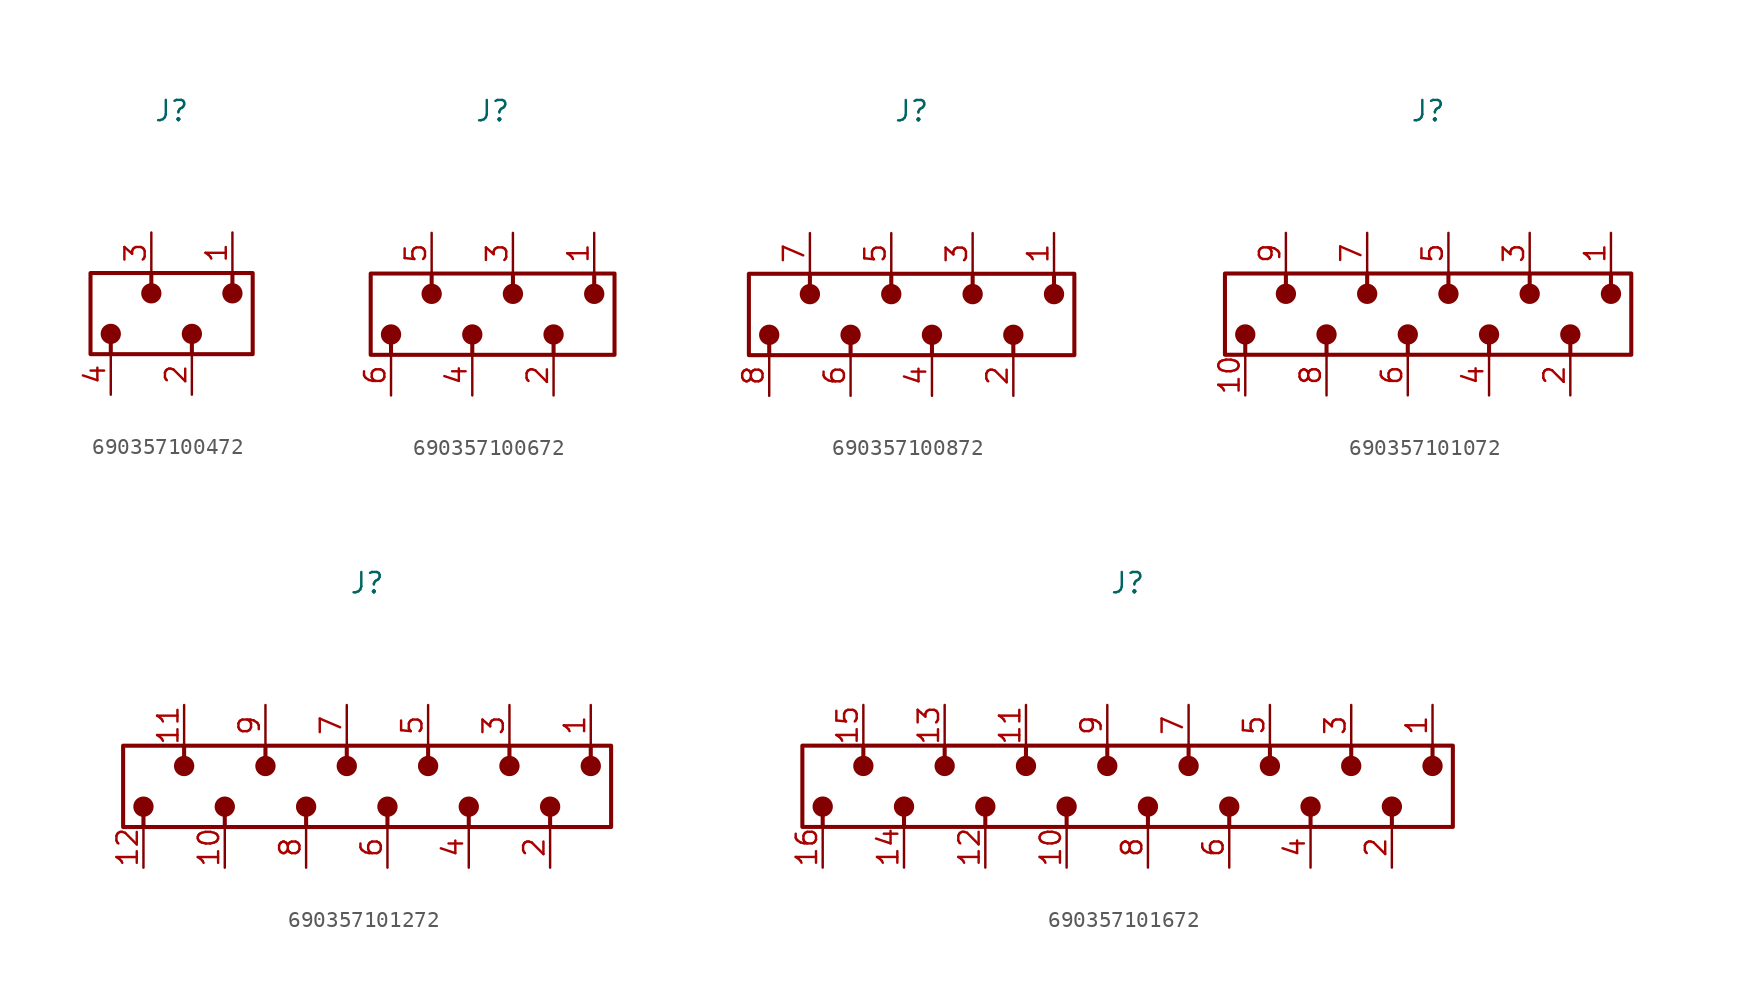
<source format=kicad_sym>
(kicad_symbol_lib
  (version 20241209)
  (generator "kicad_symbol_editor")
  (generator_version "9.0")
  (symbol "690357100472"
    (pin_names
      (hide yes))
    (property "Reference" "J"
      (at 0 12.7 0)
      (effects (font (size 1.27 1.27))))
    (symbol "690357100472_1_1"
      (rectangle (start -5.08 2.54) (end 5.08 -2.54) (stroke (width 0.254) (type solid)) (fill (type none)))
      (circle (center -3.81 -1.27) (radius 0.508) (stroke (width 0.254) (type solid)) (fill (type outline)))
      (polyline (pts (xy -3.81 -1.778) (xy -3.81 -2.54)) (stroke (width 0.254) (type solid)) (fill (type none)))
      (polyline (pts (xy -1.27 1.778) (xy -1.27 2.54)) (stroke (width 0.254) (type solid)) (fill (type none)))
      (circle (center -1.27 1.27) (radius 0.508) (stroke (width 0.254) (type solid)) (fill (type outline)))
      (circle (center 1.27 -1.27) (radius 0.508) (stroke (width 0.254) (type solid)) (fill (type outline)))
      (polyline (pts (xy 1.27 -1.778) (xy 1.27 -2.54)) (stroke (width 0.254) (type solid)) (fill (type none)))
      (polyline (pts (xy 3.81 1.778) (xy 3.81 2.54)) (stroke (width 0.254) (type solid)) (fill (type none)))
      (circle (center 3.81 1.27) (radius 0.508) (stroke (width 0.254) (type solid)) (fill (type outline)))
      (pin passive line (at -3.81 -5.08 90) (length 2.54) (name "4" (effects (font (size 1.27 1.27)))) (number "4" (effects (font (size 1.27 1.27)))))
      (pin passive line (at -1.27 5.08 270) (length 2.54) (name "3" (effects (font (size 1.27 1.27)))) (number "3" (effects (font (size 1.27 1.27)))))
      (pin passive line (at 1.27 -5.08 90) (length 2.54) (name "2" (effects (font (size 1.27 1.27)))) (number "2" (effects (font (size 1.27 1.27)))))
      (pin passive line (at 3.81 5.08 270) (length 2.54) (name "1" (effects (font (size 1.27 1.27)))) (number "1" (effects (font (size 1.27 1.27)))))))
  (symbol "690357100672"
    (pin_names
      (hide yes))
    (property "Reference" "J"
      (at 0 12.7 0)
      (effects (font (size 1.27 1.27))))
    (symbol "690357100672_1_1"
      (rectangle (start -7.62 2.54) (end 7.62 -2.54) (stroke (width 0.254) (type solid)) (fill (type none)))
      (circle (center -6.35 -1.27) (radius 0.508) (stroke (width 0.254) (type solid)) (fill (type outline)))
      (polyline (pts (xy -6.35 -1.778) (xy -6.35 -2.54)) (stroke (width 0.254) (type solid)) (fill (type none)))
      (polyline (pts (xy -3.81 1.778) (xy -3.81 2.54)) (stroke (width 0.254) (type solid)) (fill (type none)))
      (circle (center -3.81 1.27) (radius 0.508) (stroke (width 0.254) (type solid)) (fill (type outline)))
      (circle (center -1.27 -1.27) (radius 0.508) (stroke (width 0.254) (type solid)) (fill (type outline)))
      (polyline (pts (xy -1.27 -1.778) (xy -1.27 -2.54)) (stroke (width 0.254) (type solid)) (fill (type none)))
      (polyline (pts (xy 1.27 1.778) (xy 1.27 2.54)) (stroke (width 0.254) (type solid)) (fill (type none)))
      (circle (center 1.27 1.27) (radius 0.508) (stroke (width 0.254) (type solid)) (fill (type outline)))
      (circle (center 3.81 -1.27) (radius 0.508) (stroke (width 0.254) (type solid)) (fill (type outline)))
      (polyline (pts (xy 3.81 -1.778) (xy 3.81 -2.54)) (stroke (width 0.254) (type solid)) (fill (type none)))
      (polyline (pts (xy 6.35 1.778) (xy 6.35 2.54)) (stroke (width 0.254) (type solid)) (fill (type none)))
      (circle (center 6.35 1.27) (radius 0.508) (stroke (width 0.254) (type solid)) (fill (type outline)))
      (pin passive line (at -6.35 -5.08 90) (length 2.54) (name "6" (effects (font (size 1.27 1.27)))) (number "6" (effects (font (size 1.27 1.27)))))
      (pin passive line (at -3.81 5.08 270) (length 2.54) (name "5" (effects (font (size 1.27 1.27)))) (number "5" (effects (font (size 1.27 1.27)))))
      (pin passive line (at -1.27 -5.08 90) (length 2.54) (name "4" (effects (font (size 1.27 1.27)))) (number "4" (effects (font (size 1.27 1.27)))))
      (pin passive line (at 1.27 5.08 270) (length 2.54) (name "3" (effects (font (size 1.27 1.27)))) (number "3" (effects (font (size 1.27 1.27)))))
      (pin passive line (at 3.81 -5.08 90) (length 2.54) (name "2" (effects (font (size 1.27 1.27)))) (number "2" (effects (font (size 1.27 1.27)))))
      (pin passive line (at 6.35 5.08 270) (length 2.54) (name "1" (effects (font (size 1.27 1.27)))) (number "1" (effects (font (size 1.27 1.27)))))))
  (symbol "690357100872"
    (pin_names
      (hide yes))
    (property "Reference" "J"
      (at 0 12.7 0)
      (effects (font (size 1.27 1.27))))
    (symbol "690357100872_1_1"
      (rectangle (start -10.16 2.54) (end 10.16 -2.54) (stroke (width 0.254) (type solid)) (fill (type none)))
      (circle (center -8.89 -1.27) (radius 0.508) (stroke (width 0.254) (type solid)) (fill (type outline)))
      (polyline (pts (xy -8.89 -1.778) (xy -8.89 -2.54)) (stroke (width 0.254) (type solid)) (fill (type none)))
      (polyline (pts (xy -6.35 1.778) (xy -6.35 2.54)) (stroke (width 0.254) (type solid)) (fill (type none)))
      (circle (center -6.35 1.27) (radius 0.508) (stroke (width 0.254) (type solid)) (fill (type outline)))
      (circle (center -3.81 -1.27) (radius 0.508) (stroke (width 0.254) (type solid)) (fill (type outline)))
      (polyline (pts (xy -3.81 -1.778) (xy -3.81 -2.54)) (stroke (width 0.254) (type solid)) (fill (type none)))
      (polyline (pts (xy -1.27 1.778) (xy -1.27 2.54)) (stroke (width 0.254) (type solid)) (fill (type none)))
      (circle (center -1.27 1.27) (radius 0.508) (stroke (width 0.254) (type solid)) (fill (type outline)))
      (circle (center 1.27 -1.27) (radius 0.508) (stroke (width 0.254) (type solid)) (fill (type outline)))
      (polyline (pts (xy 1.27 -1.778) (xy 1.27 -2.54)) (stroke (width 0.254) (type solid)) (fill (type none)))
      (polyline (pts (xy 3.81 1.778) (xy 3.81 2.54)) (stroke (width 0.254) (type solid)) (fill (type none)))
      (circle (center 3.81 1.27) (radius 0.508) (stroke (width 0.254) (type solid)) (fill (type outline)))
      (circle (center 6.35 -1.27) (radius 0.508) (stroke (width 0.254) (type solid)) (fill (type outline)))
      (polyline (pts (xy 6.35 -1.778) (xy 6.35 -2.54)) (stroke (width 0.254) (type solid)) (fill (type none)))
      (polyline (pts (xy 8.89 1.778) (xy 8.89 2.54)) (stroke (width 0.254) (type solid)) (fill (type none)))
      (circle (center 8.89 1.27) (radius 0.508) (stroke (width 0.254) (type solid)) (fill (type outline)))
      (pin passive line (at -8.89 -5.08 90) (length 2.54) (name "8" (effects (font (size 1.27 1.27)))) (number "8" (effects (font (size 1.27 1.27)))))
      (pin passive line (at -6.35 5.08 270) (length 2.54) (name "7" (effects (font (size 1.27 1.27)))) (number "7" (effects (font (size 1.27 1.27)))))
      (pin passive line (at -3.81 -5.08 90) (length 2.54) (name "6" (effects (font (size 1.27 1.27)))) (number "6" (effects (font (size 1.27 1.27)))))
      (pin passive line (at -1.27 5.08 270) (length 2.54) (name "5" (effects (font (size 1.27 1.27)))) (number "5" (effects (font (size 1.27 1.27)))))
      (pin passive line (at 1.27 -5.08 90) (length 2.54) (name "4" (effects (font (size 1.27 1.27)))) (number "4" (effects (font (size 1.27 1.27)))))
      (pin passive line (at 3.81 5.08 270) (length 2.54) (name "3" (effects (font (size 1.27 1.27)))) (number "3" (effects (font (size 1.27 1.27)))))
      (pin passive line (at 6.35 -5.08 90) (length 2.54) (name "2" (effects (font (size 1.27 1.27)))) (number "2" (effects (font (size 1.27 1.27)))))
      (pin passive line (at 8.89 5.08 270) (length 2.54) (name "1" (effects (font (size 1.27 1.27)))) (number "1" (effects (font (size 1.27 1.27)))))))
  (symbol "690357101072"
    (pin_names
      (hide yes))
    (property "Reference" "J"
      (at 0 12.7 0)
      (effects (font (size 1.27 1.27))))
    (symbol "690357101072_1_1"
      (rectangle (start -12.7 2.54) (end 12.7 -2.54) (stroke (width 0.254) (type solid)) (fill (type none)))
      (circle (center -11.43 -1.27) (radius 0.508) (stroke (width 0.254) (type solid)) (fill (type outline)))
      (polyline (pts (xy -11.43 -1.778) (xy -11.43 -2.54)) (stroke (width 0.254) (type solid)) (fill (type none)))
      (polyline (pts (xy -8.89 1.778) (xy -8.89 2.54)) (stroke (width 0.254) (type solid)) (fill (type none)))
      (circle (center -8.89 1.27) (radius 0.508) (stroke (width 0.254) (type solid)) (fill (type outline)))
      (circle (center -6.35 -1.27) (radius 0.508) (stroke (width 0.254) (type solid)) (fill (type outline)))
      (polyline (pts (xy -6.35 -1.778) (xy -6.35 -2.54)) (stroke (width 0.254) (type solid)) (fill (type none)))
      (polyline (pts (xy -3.81 1.778) (xy -3.81 2.54)) (stroke (width 0.254) (type solid)) (fill (type none)))
      (circle (center -3.81 1.27) (radius 0.508) (stroke (width 0.254) (type solid)) (fill (type outline)))
      (circle (center -1.27 -1.27) (radius 0.508) (stroke (width 0.254) (type solid)) (fill (type outline)))
      (polyline (pts (xy -1.27 -1.778) (xy -1.27 -2.54)) (stroke (width 0.254) (type solid)) (fill (type none)))
      (polyline (pts (xy 1.27 1.778) (xy 1.27 2.54)) (stroke (width 0.254) (type solid)) (fill (type none)))
      (circle (center 1.27 1.27) (radius 0.508) (stroke (width 0.254) (type solid)) (fill (type outline)))
      (circle (center 3.81 -1.27) (radius 0.508) (stroke (width 0.254) (type solid)) (fill (type outline)))
      (polyline (pts (xy 3.81 -1.778) (xy 3.81 -2.54)) (stroke (width 0.254) (type solid)) (fill (type none)))
      (polyline (pts (xy 6.35 1.778) (xy 6.35 2.54)) (stroke (width 0.254) (type solid)) (fill (type none)))
      (circle (center 6.35 1.27) (radius 0.508) (stroke (width 0.254) (type solid)) (fill (type outline)))
      (circle (center 8.89 -1.27) (radius 0.508) (stroke (width 0.254) (type solid)) (fill (type outline)))
      (polyline (pts (xy 8.89 -1.778) (xy 8.89 -2.54)) (stroke (width 0.254) (type solid)) (fill (type none)))
      (polyline (pts (xy 11.43 1.778) (xy 11.43 2.54)) (stroke (width 0.254) (type solid)) (fill (type none)))
      (circle (center 11.43 1.27) (radius 0.508) (stroke (width 0.254) (type solid)) (fill (type outline)))
      (pin passive line (at -11.43 -5.08 90) (length 2.54) (name "10" (effects (font (size 1.27 1.27)))) (number "10" (effects (font (size 1.27 1.27)))))
      (pin passive line (at -8.89 5.08 270) (length 2.54) (name "9" (effects (font (size 1.27 1.27)))) (number "9" (effects (font (size 1.27 1.27)))))
      (pin passive line (at -6.35 -5.08 90) (length 2.54) (name "8" (effects (font (size 1.27 1.27)))) (number "8" (effects (font (size 1.27 1.27)))))
      (pin passive line (at -3.81 5.08 270) (length 2.54) (name "7" (effects (font (size 1.27 1.27)))) (number "7" (effects (font (size 1.27 1.27)))))
      (pin passive line (at -1.27 -5.08 90) (length 2.54) (name "6" (effects (font (size 1.27 1.27)))) (number "6" (effects (font (size 1.27 1.27)))))
      (pin passive line (at 1.27 5.08 270) (length 2.54) (name "5" (effects (font (size 1.27 1.27)))) (number "5" (effects (font (size 1.27 1.27)))))
      (pin passive line (at 3.81 -5.08 90) (length 2.54) (name "4" (effects (font (size 1.27 1.27)))) (number "4" (effects (font (size 1.27 1.27)))))
      (pin passive line (at 6.35 5.08 270) (length 2.54) (name "3" (effects (font (size 1.27 1.27)))) (number "3" (effects (font (size 1.27 1.27)))))
      (pin passive line (at 8.89 -5.08 90) (length 2.54) (name "2" (effects (font (size 1.27 1.27)))) (number "2" (effects (font (size 1.27 1.27)))))
      (pin passive line (at 11.43 5.08 270) (length 2.54) (name "1" (effects (font (size 1.27 1.27)))) (number "1" (effects (font (size 1.27 1.27)))))))
  (symbol "690357101272"
    (pin_names
      (hide yes))
    (property "Reference" "J"
      (at 0 12.7 0)
      (effects (font (size 1.27 1.27))))
    (symbol "690357101272_1_1"
      (rectangle (start -15.24 2.54) (end 15.24 -2.54) (stroke (width 0.254) (type solid)) (fill (type none)))
      (circle (center -13.97 -1.27) (radius 0.508) (stroke (width 0.254) (type solid)) (fill (type outline)))
      (polyline (pts (xy -13.97 -1.778) (xy -13.97 -2.54)) (stroke (width 0.254) (type solid)) (fill (type none)))
      (polyline (pts (xy -11.43 1.778) (xy -11.43 2.54)) (stroke (width 0.254) (type solid)) (fill (type none)))
      (circle (center -11.43 1.27) (radius 0.508) (stroke (width 0.254) (type solid)) (fill (type outline)))
      (circle (center -8.89 -1.27) (radius 0.508) (stroke (width 0.254) (type solid)) (fill (type outline)))
      (polyline (pts (xy -8.89 -1.778) (xy -8.89 -2.54)) (stroke (width 0.254) (type solid)) (fill (type none)))
      (polyline (pts (xy -6.35 1.778) (xy -6.35 2.54)) (stroke (width 0.254) (type solid)) (fill (type none)))
      (circle (center -6.35 1.27) (radius 0.508) (stroke (width 0.254) (type solid)) (fill (type outline)))
      (circle (center -3.81 -1.27) (radius 0.508) (stroke (width 0.254) (type solid)) (fill (type outline)))
      (polyline (pts (xy -3.81 -1.778) (xy -3.81 -2.54)) (stroke (width 0.254) (type solid)) (fill (type none)))
      (polyline (pts (xy -1.27 1.778) (xy -1.27 2.54)) (stroke (width 0.254) (type solid)) (fill (type none)))
      (circle (center -1.27 1.27) (radius 0.508) (stroke (width 0.254) (type solid)) (fill (type outline)))
      (circle (center 1.27 -1.27) (radius 0.508) (stroke (width 0.254) (type solid)) (fill (type outline)))
      (polyline (pts (xy 1.27 -1.778) (xy 1.27 -2.54)) (stroke (width 0.254) (type solid)) (fill (type none)))
      (polyline (pts (xy 3.81 1.778) (xy 3.81 2.54)) (stroke (width 0.254) (type solid)) (fill (type none)))
      (circle (center 3.81 1.27) (radius 0.508) (stroke (width 0.254) (type solid)) (fill (type outline)))
      (circle (center 6.35 -1.27) (radius 0.508) (stroke (width 0.254) (type solid)) (fill (type outline)))
      (polyline (pts (xy 6.35 -1.778) (xy 6.35 -2.54)) (stroke (width 0.254) (type solid)) (fill (type none)))
      (polyline (pts (xy 8.89 1.778) (xy 8.89 2.54)) (stroke (width 0.254) (type solid)) (fill (type none)))
      (circle (center 8.89 1.27) (radius 0.508) (stroke (width 0.254) (type solid)) (fill (type outline)))
      (circle (center 11.43 -1.27) (radius 0.508) (stroke (width 0.254) (type solid)) (fill (type outline)))
      (polyline (pts (xy 11.43 -1.778) (xy 11.43 -2.54)) (stroke (width 0.254) (type solid)) (fill (type none)))
      (polyline (pts (xy 13.97 1.778) (xy 13.97 2.54)) (stroke (width 0.254) (type solid)) (fill (type none)))
      (circle (center 13.97 1.27) (radius 0.508) (stroke (width 0.254) (type solid)) (fill (type outline)))
      (pin passive line (at -13.97 -5.08 90) (length 2.54) (name "12" (effects (font (size 1.27 1.27)))) (number "12" (effects (font (size 1.27 1.27)))))
      (pin passive line (at -11.43 5.08 270) (length 2.54) (name "11" (effects (font (size 1.27 1.27)))) (number "11" (effects (font (size 1.27 1.27)))))
      (pin passive line (at -8.89 -5.08 90) (length 2.54) (name "10" (effects (font (size 1.27 1.27)))) (number "10" (effects (font (size 1.27 1.27)))))
      (pin passive line (at -6.35 5.08 270) (length 2.54) (name "9" (effects (font (size 1.27 1.27)))) (number "9" (effects (font (size 1.27 1.27)))))
      (pin passive line (at -3.81 -5.08 90) (length 2.54) (name "8" (effects (font (size 1.27 1.27)))) (number "8" (effects (font (size 1.27 1.27)))))
      (pin passive line (at -1.27 5.08 270) (length 2.54) (name "7" (effects (font (size 1.27 1.27)))) (number "7" (effects (font (size 1.27 1.27)))))
      (pin passive line (at 1.27 -5.08 90) (length 2.54) (name "6" (effects (font (size 1.27 1.27)))) (number "6" (effects (font (size 1.27 1.27)))))
      (pin passive line (at 3.81 5.08 270) (length 2.54) (name "5" (effects (font (size 1.27 1.27)))) (number "5" (effects (font (size 1.27 1.27)))))
      (pin passive line (at 6.35 -5.08 90) (length 2.54) (name "4" (effects (font (size 1.27 1.27)))) (number "4" (effects (font (size 1.27 1.27)))))
      (pin passive line (at 8.89 5.08 270) (length 2.54) (name "3" (effects (font (size 1.27 1.27)))) (number "3" (effects (font (size 1.27 1.27)))))
      (pin passive line (at 11.43 -5.08 90) (length 2.54) (name "2" (effects (font (size 1.27 1.27)))) (number "2" (effects (font (size 1.27 1.27)))))
      (pin passive line (at 13.97 5.08 270) (length 2.54) (name "1" (effects (font (size 1.27 1.27)))) (number "1" (effects (font (size 1.27 1.27)))))))
  (symbol "690357101672"
    (pin_names
      (hide yes))
    (property "Reference" "J"
      (at 0 12.7 0)
      (effects (font (size 1.27 1.27))))
    (symbol "690357101672_1_1"
      (rectangle (start -20.32 2.54) (end 20.32 -2.54) (stroke (width 0.254) (type solid)) (fill (type none)))
      (circle (center -19.05 -1.27) (radius 0.508) (stroke (width 0.254) (type solid)) (fill (type outline)))
      (polyline (pts (xy -19.05 -1.778) (xy -19.05 -2.54)) (stroke (width 0.254) (type solid)) (fill (type none)))
      (polyline (pts (xy -16.51 1.778) (xy -16.51 2.54)) (stroke (width 0.254) (type solid)) (fill (type none)))
      (circle (center -16.51 1.27) (radius 0.508) (stroke (width 0.254) (type solid)) (fill (type outline)))
      (circle (center -13.97 -1.27) (radius 0.508) (stroke (width 0.254) (type solid)) (fill (type outline)))
      (polyline (pts (xy -13.97 -1.778) (xy -13.97 -2.54)) (stroke (width 0.254) (type solid)) (fill (type none)))
      (polyline (pts (xy -11.43 1.778) (xy -11.43 2.54)) (stroke (width 0.254) (type solid)) (fill (type none)))
      (circle (center -11.43 1.27) (radius 0.508) (stroke (width 0.254) (type solid)) (fill (type outline)))
      (circle (center -8.89 -1.27) (radius 0.508) (stroke (width 0.254) (type solid)) (fill (type outline)))
      (polyline (pts (xy -8.89 -1.778) (xy -8.89 -2.54)) (stroke (width 0.254) (type solid)) (fill (type none)))
      (polyline (pts (xy -6.35 1.778) (xy -6.35 2.54)) (stroke (width 0.254) (type solid)) (fill (type none)))
      (circle (center -6.35 1.27) (radius 0.508) (stroke (width 0.254) (type solid)) (fill (type outline)))
      (circle (center -3.81 -1.27) (radius 0.508) (stroke (width 0.254) (type solid)) (fill (type outline)))
      (polyline (pts (xy -3.81 -1.778) (xy -3.81 -2.54)) (stroke (width 0.254) (type solid)) (fill (type none)))
      (polyline (pts (xy -1.27 1.778) (xy -1.27 2.54)) (stroke (width 0.254) (type solid)) (fill (type none)))
      (circle (center -1.27 1.27) (radius 0.508) (stroke (width 0.254) (type solid)) (fill (type outline)))
      (circle (center 1.27 -1.27) (radius 0.508) (stroke (width 0.254) (type solid)) (fill (type outline)))
      (polyline (pts (xy 1.27 -1.778) (xy 1.27 -2.54)) (stroke (width 0.254) (type solid)) (fill (type none)))
      (polyline (pts (xy 3.81 1.778) (xy 3.81 2.54)) (stroke (width 0.254) (type solid)) (fill (type none)))
      (circle (center 3.81 1.27) (radius 0.508) (stroke (width 0.254) (type solid)) (fill (type outline)))
      (circle (center 6.35 -1.27) (radius 0.508) (stroke (width 0.254) (type solid)) (fill (type outline)))
      (polyline (pts (xy 6.35 -1.778) (xy 6.35 -2.54)) (stroke (width 0.254) (type solid)) (fill (type none)))
      (polyline (pts (xy 8.89 1.778) (xy 8.89 2.54)) (stroke (width 0.254) (type solid)) (fill (type none)))
      (circle (center 8.89 1.27) (radius 0.508) (stroke (width 0.254) (type solid)) (fill (type outline)))
      (circle (center 11.43 -1.27) (radius 0.508) (stroke (width 0.254) (type solid)) (fill (type outline)))
      (polyline (pts (xy 11.43 -1.778) (xy 11.43 -2.54)) (stroke (width 0.254) (type solid)) (fill (type none)))
      (polyline (pts (xy 13.97 1.778) (xy 13.97 2.54)) (stroke (width 0.254) (type solid)) (fill (type none)))
      (circle (center 13.97 1.27) (radius 0.508) (stroke (width 0.254) (type solid)) (fill (type outline)))
      (circle (center 16.51 -1.27) (radius 0.508) (stroke (width 0.254) (type solid)) (fill (type outline)))
      (polyline (pts (xy 16.51 -1.778) (xy 16.51 -2.54)) (stroke (width 0.254) (type solid)) (fill (type none)))
      (polyline (pts (xy 19.05 1.778) (xy 19.05 2.54)) (stroke (width 0.254) (type solid)) (fill (type none)))
      (circle (center 19.05 1.27) (radius 0.508) (stroke (width 0.254) (type solid)) (fill (type outline)))
      (pin passive line (at -19.05 -5.08 90) (length 2.54) (name "16" (effects (font (size 1.27 1.27)))) (number "16" (effects (font (size 1.27 1.27)))))
      (pin passive line (at -16.51 5.08 270) (length 2.54) (name "15" (effects (font (size 1.27 1.27)))) (number "15" (effects (font (size 1.27 1.27)))))
      (pin passive line (at -13.97 -5.08 90) (length 2.54) (name "14" (effects (font (size 1.27 1.27)))) (number "14" (effects (font (size 1.27 1.27)))))
      (pin passive line (at -11.43 5.08 270) (length 2.54) (name "13" (effects (font (size 1.27 1.27)))) (number "13" (effects (font (size 1.27 1.27)))))
      (pin passive line (at -8.89 -5.08 90) (length 2.54) (name "12" (effects (font (size 1.27 1.27)))) (number "12" (effects (font (size 1.27 1.27)))))
      (pin passive line (at -6.35 5.08 270) (length 2.54) (name "11" (effects (font (size 1.27 1.27)))) (number "11" (effects (font (size 1.27 1.27)))))
      (pin passive line (at -3.81 -5.08 90) (length 2.54) (name "10" (effects (font (size 1.27 1.27)))) (number "10" (effects (font (size 1.27 1.27)))))
      (pin passive line (at -1.27 5.08 270) (length 2.54) (name "9" (effects (font (size 1.27 1.27)))) (number "9" (effects (font (size 1.27 1.27)))))
      (pin passive line (at 1.27 -5.08 90) (length 2.54) (name "8" (effects (font (size 1.27 1.27)))) (number "8" (effects (font (size 1.27 1.27)))))
      (pin passive line (at 3.81 5.08 270) (length 2.54) (name "7" (effects (font (size 1.27 1.27)))) (number "7" (effects (font (size 1.27 1.27)))))
      (pin passive line (at 6.35 -5.08 90) (length 2.54) (name "6" (effects (font (size 1.27 1.27)))) (number "6" (effects (font (size 1.27 1.27)))))
      (pin passive line (at 8.89 5.08 270) (length 2.54) (name "5" (effects (font (size 1.27 1.27)))) (number "5" (effects (font (size 1.27 1.27)))))
      (pin passive line (at 11.43 -5.08 90) (length 2.54) (name "4" (effects (font (size 1.27 1.27)))) (number "4" (effects (font (size 1.27 1.27)))))
      (pin passive line (at 13.97 5.08 270) (length 2.54) (name "3" (effects (font (size 1.27 1.27)))) (number "3" (effects (font (size 1.27 1.27)))))
      (pin passive line (at 16.51 -5.08 90) (length 2.54) (name "2" (effects (font (size 1.27 1.27)))) (number "2" (effects (font (size 1.27 1.27)))))
      (pin passive line (at 19.05 5.08 270) (length 2.54) (name "1" (effects (font (size 1.27 1.27)))) (number "1" (effects (font (size 1.27 1.27))))))))
</source>
